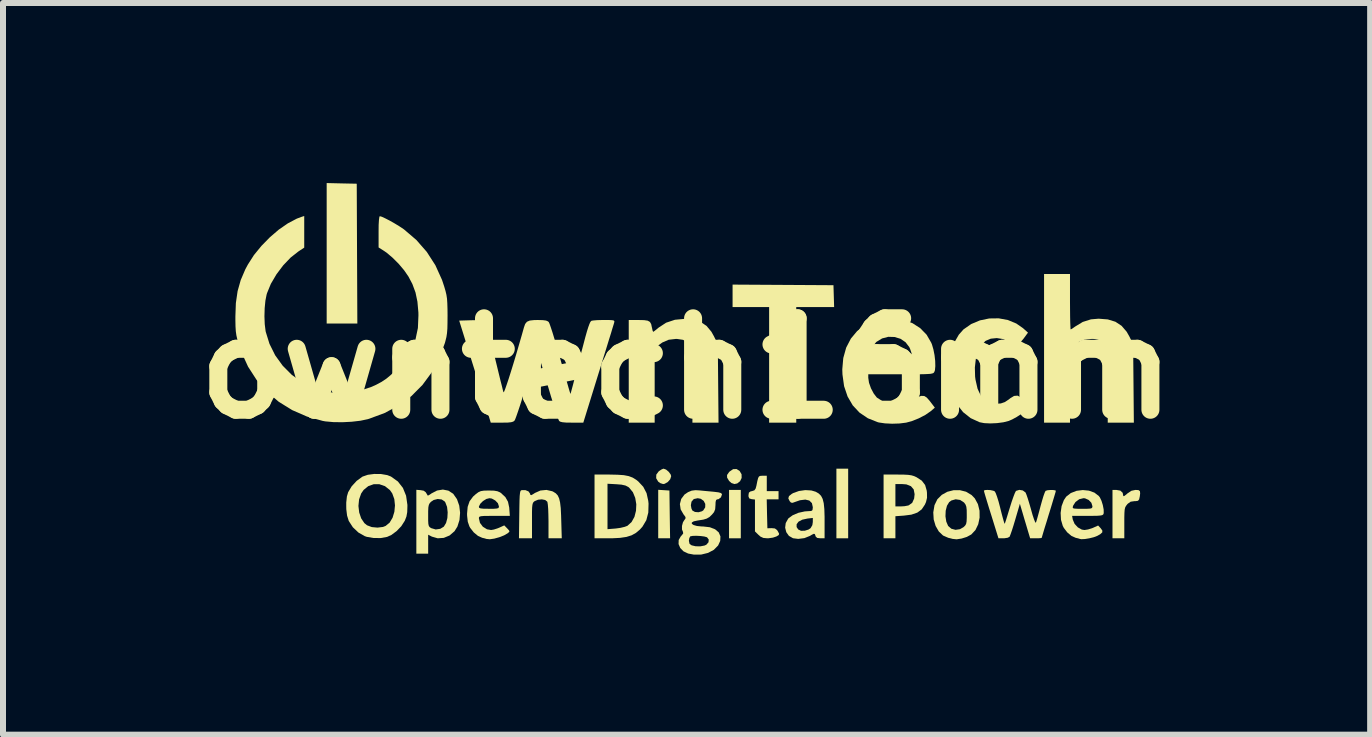
<source format=kicad_pcb>
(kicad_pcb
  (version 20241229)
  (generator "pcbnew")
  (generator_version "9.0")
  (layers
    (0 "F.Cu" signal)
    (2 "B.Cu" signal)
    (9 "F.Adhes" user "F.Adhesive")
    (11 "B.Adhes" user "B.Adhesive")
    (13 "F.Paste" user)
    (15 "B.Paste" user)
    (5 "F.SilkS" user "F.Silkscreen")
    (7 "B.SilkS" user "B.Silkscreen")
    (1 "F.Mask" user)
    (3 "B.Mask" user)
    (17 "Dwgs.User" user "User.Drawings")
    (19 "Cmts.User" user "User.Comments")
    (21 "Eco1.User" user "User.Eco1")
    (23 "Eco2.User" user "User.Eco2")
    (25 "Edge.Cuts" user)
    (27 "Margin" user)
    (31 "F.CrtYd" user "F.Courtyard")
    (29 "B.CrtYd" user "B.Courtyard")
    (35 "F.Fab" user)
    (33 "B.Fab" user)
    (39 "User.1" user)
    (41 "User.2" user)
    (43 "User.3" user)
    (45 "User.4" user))
  (footprint "owntech16mm"
    (layer "F.Cu")
    (at 8.389 3.088)
    (property "Reference" "owntech16mm" (at 0 0 0) (layer "F.SilkS") (effects (font (size 1.524 1.524) (thickness 0.3))))
    (attr board_only exclude_from_pos_files exclude_from_bom)
    (fp_poly (pts (xy 0.904 2.831) (xy 0.708 2.831) (xy 0.708 2.025) (xy 0.904 2.025)) (stroke (width 0) (type solid)) (fill yes) (layer "F.SilkS"))
    (fp_poly (pts (xy 2.693 2.831) (xy 2.497 2.831) (xy 2.497 1.671) (xy 2.693 1.671)) (stroke (width 0) (type solid)) (fill yes) (layer "F.SilkS"))
    (fp_poly (pts (xy -5.745 -3.082) (xy -5.495 -3.077) (xy -5.485 -0.747) (xy -5.996 -0.747) (xy -5.996 -3.088)) (stroke (width 0) (type solid)) (fill yes) (layer "F.SilkS"))
    (fp_poly (pts (xy -0.378 2.029) (xy -0.285 2.035) (xy -0.28 2.433) (xy -0.274 2.831) (xy -0.472 2.831) (xy -0.472 2.023)) (stroke (width 0) (type solid)) (fill yes) (layer "F.SilkS"))
    (fp_poly (pts (xy 1.607 -1.391) (xy 2.448 -1.386) (xy 2.459 -1.022) (xy 1.828 -1.022) (xy 1.828 0.904) (xy 1.376 0.904) (xy 1.376 -1.022) (xy 0.767 -1.022) (xy 0.767 -1.396)) (stroke (width 0) (type solid)) (fill yes) (layer "F.SilkS"))
    (fp_poly (pts (xy 0.885 1.71) (xy 0.917 1.765) (xy 0.918 1.826) (xy 0.892 1.88) (xy 0.845 1.917) (xy 0.798 1.927) (xy 0.748 1.91) (xy 0.709 1.875) (xy 0.676 1.82) (xy 0.675 1.776) (xy 0.708 1.729) (xy 0.717 1.719) (xy 0.776 1.679) (xy 0.834 1.677)) (stroke (width 0) (type solid)) (fill yes) (layer "F.SilkS"))
    (fp_poly (pts (xy -0.341 1.686) (xy -0.297 1.723) (xy -0.264 1.768) (xy -0.256 1.797) (xy -0.272 1.847) (xy -0.313 1.894) (xy -0.365 1.923) (xy -0.39 1.927) (xy -0.435 1.913) (xy -0.472 1.887) (xy -0.506 1.83) (xy -0.504 1.77) (xy -0.464 1.716) (xy -0.459 1.712) (xy -0.417 1.684) (xy -0.385 1.671) (xy -0.383 1.671)) (stroke (width 0) (type solid)) (fill yes) (layer "F.SilkS"))
    (fp_poly (pts (xy 7.229 2.037) (xy 7.267 2.073) (xy 7.274 2.11) (xy 7.278 2.129) (xy 7.294 2.126) (xy 7.329 2.099) (xy 7.343 2.086) (xy 7.413 2.039) (xy 7.48 2.025) (xy 7.53 2.028) (xy 7.554 2.045) (xy 7.558 2.083) (xy 7.552 2.133) (xy 7.541 2.183) (xy 7.522 2.206) (xy 7.484 2.212) (xy 7.464 2.212) (xy 7.4 2.221) (xy 7.352 2.255) (xy 7.341 2.267) (xy 7.322 2.292) (xy 7.308 2.318) (xy 7.3 2.354) (xy 7.296 2.407) (xy 7.294 2.485) (xy 7.294 2.576) (xy 7.294 2.831) (xy 7.097 2.831) (xy 7.097 2.025) (xy 7.162 2.025)) (stroke (width 0) (type solid)) (fill yes) (layer "F.SilkS"))
    (fp_poly (pts (xy 3.619 1.77) (xy 3.694 1.774) (xy 3.748 1.782) (xy 3.792 1.795) (xy 3.833 1.814) (xy 3.92 1.871) (xy 3.975 1.943) (xy 4.002 2.037) (xy 4.006 2.072) (xy 4.007 2.156) (xy 3.99 2.227) (xy 3.971 2.27) (xy 3.919 2.348) (xy 3.845 2.403) (xy 3.746 2.437) (xy 3.622 2.453) (xy 3.48 2.463) (xy 3.48 2.831) (xy 3.283 2.831) (xy 3.283 2.3) (xy 3.48 2.3) (xy 3.567 2.3) (xy 3.633 2.296) (xy 3.691 2.285) (xy 3.703 2.281) (xy 3.76 2.24) (xy 3.792 2.169) (xy 3.8 2.096) (xy 3.785 2.017) (xy 3.739 1.963) (xy 3.664 1.933) (xy 3.587 1.927) (xy 3.48 1.927) (xy 3.48 2.3) (xy 3.283 2.3) (xy 3.283 1.769) (xy 3.515 1.769)) (stroke (width 0) (type solid)) (fill yes) (layer "F.SilkS"))
    (fp_poly (pts (xy 1.268 1.789) (xy 1.337 1.789) (xy 1.337 2.045) (xy 1.533 2.045) (xy 1.533 2.182) (xy 1.336 2.182) (xy 1.341 2.423) (xy 1.347 2.664) (xy 1.418 2.662) (xy 1.472 2.667) (xy 1.506 2.692) (xy 1.522 2.715) (xy 1.542 2.754) (xy 1.537 2.776) (xy 1.503 2.797) (xy 1.496 2.801) (xy 1.439 2.82) (xy 1.368 2.83) (xy 1.346 2.831) (xy 1.28 2.825) (xy 1.232 2.803) (xy 1.198 2.773) (xy 1.14 2.716) (xy 1.14 2.185) (xy 1.086 2.179) (xy 1.047 2.168) (xy 1.033 2.138) (xy 1.032 2.114) (xy 1.039 2.07) (xy 1.066 2.05) (xy 1.09 2.045) (xy 1.13 2.032) (xy 1.151 2.003) (xy 1.164 1.956) (xy 1.18 1.876) (xy 1.193 1.827) (xy 1.207 1.801) (xy 1.228 1.791) (xy 1.259 1.789)) (stroke (width 0) (type solid)) (fill yes) (layer "F.SilkS"))
    (fp_poly (pts (xy -1.149 1.772) (xy -1.045 1.779) (xy -0.963 1.795) (xy -0.897 1.82) (xy -0.839 1.856) (xy -0.805 1.883) (xy -0.721 1.973) (xy -0.666 2.079) (xy -0.638 2.207) (xy -0.633 2.253) (xy -0.637 2.402) (xy -0.67 2.529) (xy -0.735 2.638) (xy -0.777 2.685) (xy -0.843 2.741) (xy -0.915 2.781) (xy -1.001 2.808) (xy -1.109 2.824) (xy -1.245 2.831) (xy -1.301 2.831) (xy -1.533 2.831) (xy -1.533 1.922) (xy -1.317 1.922) (xy -1.317 2.679) (xy -1.18 2.668) (xy -1.101 2.657) (xy -1.03 2.64) (xy -0.985 2.623) (xy -0.916 2.56) (xy -0.868 2.474) (xy -0.842 2.372) (xy -0.837 2.264) (xy -0.855 2.158) (xy -0.894 2.063) (xy -0.956 1.988) (xy -0.969 1.977) (xy -1.017 1.952) (xy -1.084 1.937) (xy -1.171 1.93) (xy -1.317 1.922) (xy -1.533 1.922) (xy -1.533 1.769) (xy -1.285 1.769)) (stroke (width 0) (type solid)) (fill yes) (layer "F.SilkS"))
    (fp_poly (pts (xy 6.389 -1.111) (xy 6.39 -0.981) (xy 6.391 -0.865) (xy 6.393 -0.768) (xy 6.396 -0.697) (xy 6.398 -0.656) (xy 6.4 -0.649) (xy 6.422 -0.66) (xy 6.461 -0.687) (xy 6.475 -0.697) (xy 6.602 -0.774) (xy 6.738 -0.817) (xy 6.866 -0.828) (xy 7.019 -0.816) (xy 7.146 -0.777) (xy 7.249 -0.709) (xy 7.333 -0.611) (xy 7.377 -0.534) (xy 7.441 -0.404) (xy 7.447 0.25) (xy 7.453 0.904) (xy 7.018 0.904) (xy 7.018 0.314) (xy 7.018 0.132) (xy 7.017 -0.015) (xy 7.014 -0.132) (xy 7.009 -0.222) (xy 7.001 -0.291) (xy 6.989 -0.342) (xy 6.974 -0.38) (xy 6.953 -0.409) (xy 6.928 -0.435) (xy 6.91 -0.449) (xy 6.858 -0.478) (xy 6.791 -0.49) (xy 6.75 -0.491) (xy 6.629 -0.478) (xy 6.525 -0.436) (xy 6.453 -0.385) (xy 6.389 -0.331) (xy 6.389 0.904) (xy 5.957 0.904) (xy 5.957 -1.573) (xy 6.389 -1.573)) (stroke (width 0) (type solid)) (fill yes) (layer "F.SilkS"))
    (fp_poly (pts (xy 0.114 -0.812) (xy 0.235 -0.774) (xy 0.333 -0.708) (xy 0.414 -0.611) (xy 0.457 -0.534) (xy 0.521 -0.404) (xy 0.527 0.25) (xy 0.533 0.904) (xy 0.098 0.904) (xy 0.098 0.303) (xy 0.098 0.129) (xy 0.097 -0.011) (xy 0.095 -0.12) (xy 0.093 -0.203) (xy 0.088 -0.265) (xy 0.083 -0.31) (xy 0.076 -0.342) (xy 0.066 -0.366) (xy 0.066 -0.367) (xy 0.016 -0.435) (xy -0.059 -0.476) (xy -0.161 -0.491) (xy -0.177 -0.491) (xy -0.298 -0.477) (xy -0.404 -0.431) (xy -0.467 -0.385) (xy -0.531 -0.331) (xy -0.531 0.904) (xy -0.963 0.904) (xy -0.963 -0.806) (xy -0.799 -0.806) (xy -0.707 -0.804) (xy -0.647 -0.795) (xy -0.61 -0.774) (xy -0.589 -0.737) (xy -0.577 -0.68) (xy -0.576 -0.68) (xy -0.567 -0.634) (xy -0.557 -0.61) (xy -0.556 -0.609) (xy -0.537 -0.621) (xy -0.499 -0.651) (xy -0.467 -0.678) (xy -0.341 -0.761) (xy -0.194 -0.81) (xy -0.034 -0.825)) (stroke (width 0) (type solid)) (fill yes) (layer "F.SilkS"))
    (fp_poly (pts (xy -2.238 2.047) (xy -2.221 2.055) (xy -2.178 2.082) (xy -2.146 2.117) (xy -2.123 2.166) (xy -2.107 2.234) (xy -2.096 2.327) (xy -2.09 2.452) (xy -2.088 2.521) (xy -2.079 2.831) (xy -2.3 2.831) (xy -2.3 2.545) (xy -2.302 2.438) (xy -2.305 2.344) (xy -2.311 2.271) (xy -2.318 2.227) (xy -2.321 2.22) (xy -2.355 2.193) (xy -2.411 2.182) (xy -2.474 2.188) (xy -2.531 2.212) (xy -2.532 2.213) (xy -2.549 2.227) (xy -2.56 2.244) (xy -2.568 2.273) (xy -2.573 2.319) (xy -2.575 2.389) (xy -2.575 2.489) (xy -2.575 2.537) (xy -2.575 2.831) (xy -2.792 2.831) (xy -2.787 2.433) (xy -2.785 2.298) (xy -2.783 2.197) (xy -2.78 2.126) (xy -2.775 2.078) (xy -2.769 2.049) (xy -2.76 2.035) (xy -2.748 2.029) (xy -2.746 2.028) (xy -2.683 2.029) (xy -2.633 2.05) (xy -2.609 2.084) (xy -2.601 2.108) (xy -2.586 2.112) (xy -2.556 2.095) (xy -2.525 2.075) (xy -2.435 2.035) (xy -2.334 2.025)) (stroke (width 0) (type solid)) (fill yes) (layer "F.SilkS"))
    (fp_poly (pts (xy -3.968 2.037) (xy -3.888 2.089) (xy -3.886 2.092) (xy -3.825 2.179) (xy -3.787 2.287) (xy -3.773 2.406) (xy -3.783 2.526) (xy -3.818 2.636) (xy -3.866 2.713) (xy -3.948 2.784) (xy -4.045 2.824) (xy -4.146 2.831) (xy -4.244 2.803) (xy -4.247 2.801) (xy -4.305 2.771) (xy -4.305 3.087) (xy -4.502 3.087) (xy -4.502 2.45) (xy -4.305 2.45) (xy -4.305 2.536) (xy -4.302 2.591) (xy -4.294 2.625) (xy -4.28 2.645) (xy -4.256 2.661) (xy -4.251 2.663) (xy -4.179 2.684) (xy -4.103 2.673) (xy -4.044 2.637) (xy -4.007 2.576) (xy -3.985 2.493) (xy -3.98 2.399) (xy -3.99 2.309) (xy -4.018 2.235) (xy -4.03 2.217) (xy -4.08 2.184) (xy -4.146 2.176) (xy -4.214 2.193) (xy -4.258 2.223) (xy -4.28 2.247) (xy -4.294 2.275) (xy -4.302 2.316) (xy -4.305 2.38) (xy -4.305 2.45) (xy -4.502 2.45) (xy -4.502 2.023) (xy -4.43 2.029) (xy -4.38 2.038) (xy -4.346 2.063) (xy -4.315 2.114) (xy -4.312 2.12) (xy -4.296 2.114) (xy -4.26 2.091) (xy -4.251 2.084) (xy -4.157 2.035) (xy -4.06 2.019)) (stroke (width 0) (type solid)) (fill yes) (layer "F.SilkS"))
    (fp_poly (pts (xy 4.657 2.055) (xy 4.749 2.11) (xy 4.803 2.166) (xy 4.855 2.262) (xy 4.882 2.372) (xy 4.883 2.487) (xy 4.86 2.597) (xy 4.814 2.693) (xy 4.746 2.766) (xy 4.743 2.768) (xy 4.67 2.808) (xy 4.584 2.835) (xy 4.5 2.848) (xy 4.434 2.841) (xy 4.433 2.841) (xy 4.4 2.832) (xy 4.361 2.823) (xy 4.274 2.785) (xy 4.203 2.717) (xy 4.15 2.625) (xy 4.118 2.517) (xy 4.115 2.465) (xy 4.314 2.465) (xy 4.328 2.554) (xy 4.359 2.626) (xy 4.413 2.672) (xy 4.482 2.69) (xy 4.556 2.679) (xy 4.614 2.646) (xy 4.642 2.619) (xy 4.658 2.592) (xy 4.666 2.552) (xy 4.669 2.489) (xy 4.669 2.441) (xy 4.668 2.359) (xy 4.662 2.306) (xy 4.649 2.27) (xy 4.627 2.239) (xy 4.621 2.233) (xy 4.558 2.192) (xy 4.484 2.181) (xy 4.413 2.201) (xy 4.376 2.228) (xy 4.339 2.289) (xy 4.318 2.372) (xy 4.314 2.465) (xy 4.115 2.465) (xy 4.111 2.4) (xy 4.131 2.281) (xy 4.132 2.278) (xy 4.179 2.181) (xy 4.253 2.107) (xy 4.345 2.056) (xy 4.448 2.03) (xy 4.554 2.029)) (stroke (width 0) (type solid)) (fill yes) (layer "F.SilkS"))
    (fp_poly (pts (xy -5.091 1.76) (xy -4.987 1.778) (xy -4.925 1.802) (xy -4.81 1.884) (xy -4.726 1.991) (xy -4.673 2.121) (xy -4.651 2.274) (xy -4.651 2.3) (xy -4.654 2.395) (xy -4.667 2.468) (xy -4.693 2.535) (xy -4.696 2.541) (xy -4.753 2.63) (xy -4.832 2.712) (xy -4.919 2.776) (xy -4.99 2.808) (xy -5.098 2.827) (xy -5.216 2.826) (xy -5.327 2.807) (xy -5.362 2.795) (xy -5.467 2.735) (xy -5.56 2.647) (xy -5.628 2.542) (xy -5.63 2.536) (xy -5.656 2.453) (xy -5.669 2.347) (xy -5.67 2.292) (xy -5.467 2.292) (xy -5.454 2.401) (xy -5.421 2.499) (xy -5.368 2.578) (xy -5.324 2.614) (xy -5.245 2.644) (xy -5.15 2.653) (xy -5.058 2.642) (xy -5.014 2.625) (xy -4.947 2.57) (xy -4.898 2.488) (xy -4.868 2.389) (xy -4.858 2.283) (xy -4.869 2.178) (xy -4.903 2.084) (xy -4.942 2.028) (xy -5.025 1.962) (xy -5.118 1.93) (xy -5.213 1.93) (xy -5.303 1.962) (xy -5.38 2.025) (xy -5.421 2.084) (xy -5.456 2.183) (xy -5.467 2.292) (xy -5.67 2.292) (xy -5.67 2.236) (xy -5.659 2.133) (xy -5.638 2.063) (xy -5.579 1.964) (xy -5.496 1.874) (xy -5.403 1.806) (xy -5.398 1.803) (xy -5.311 1.773) (xy -5.204 1.759)) (stroke (width 0) (type solid)) (fill yes) (layer "F.SilkS"))
    (fp_poly (pts (xy 5.354 -0.806) (xy 5.494 -0.748) (xy 5.605 -0.671) (xy 5.689 -0.596) (xy 5.615 -0.495) (xy 5.559 -0.429) (xy 5.509 -0.398) (xy 5.454 -0.399) (xy 5.386 -0.432) (xy 5.363 -0.447) (xy 5.272 -0.489) (xy 5.169 -0.505) (xy 5.069 -0.495) (xy 4.984 -0.459) (xy 4.978 -0.455) (xy 4.909 -0.384) (xy 4.856 -0.282) (xy 4.82 -0.157) (xy 4.804 -0.015) (xy 4.808 0.138) (xy 4.815 0.19) (xy 4.849 0.339) (xy 4.902 0.453) (xy 4.974 0.533) (xy 5.065 0.578) (xy 5.155 0.59) (xy 5.237 0.584) (xy 5.304 0.561) (xy 5.373 0.515) (xy 5.393 0.498) (xy 5.457 0.459) (xy 5.516 0.454) (xy 5.574 0.487) (xy 5.626 0.544) (xy 5.666 0.599) (xy 5.682 0.635) (xy 5.68 0.662) (xy 5.675 0.673) (xy 5.638 0.712) (xy 5.577 0.76) (xy 5.502 0.809) (xy 5.425 0.851) (xy 5.367 0.876) (xy 5.279 0.898) (xy 5.173 0.912) (xy 5.061 0.917) (xy 4.959 0.912) (xy 4.882 0.897) (xy 4.734 0.829) (xy 4.609 0.73) (xy 4.508 0.603) (xy 4.433 0.449) (xy 4.385 0.271) (xy 4.365 0.071) (xy 4.364 0.033) (xy 4.377 -0.133) (xy 4.411 -0.293) (xy 4.466 -0.439) (xy 4.537 -0.562) (xy 4.614 -0.649) (xy 4.743 -0.739) (xy 4.889 -0.8) (xy 5.044 -0.832) (xy 5.201 -0.834)) (stroke (width 0) (type solid)) (fill yes) (layer "F.SilkS"))
    (fp_poly (pts (xy 2.08 2.034) (xy 2.151 2.055) (xy 2.203 2.085) (xy 2.241 2.123) (xy 2.268 2.175) (xy 2.286 2.247) (xy 2.296 2.344) (xy 2.3 2.472) (xy 2.3 2.535) (xy 2.3 2.831) (xy 2.23 2.831) (xy 2.178 2.825) (xy 2.153 2.804) (xy 2.149 2.792) (xy 2.139 2.763) (xy 2.123 2.755) (xy 2.091 2.77) (xy 2.056 2.791) (xy 1.964 2.828) (xy 1.861 2.841) (xy 1.774 2.83) (xy 1.706 2.791) (xy 1.662 2.729) (xy 1.643 2.654) (xy 1.65 2.597) (xy 1.834 2.597) (xy 1.834 2.644) (xy 1.861 2.684) (xy 1.907 2.706) (xy 1.97 2.705) (xy 2.033 2.685) (xy 2.067 2.662) (xy 2.096 2.612) (xy 2.104 2.56) (xy 2.104 2.492) (xy 2.015 2.502) (xy 1.928 2.521) (xy 1.866 2.554) (xy 1.834 2.597) (xy 1.65 2.597) (xy 1.653 2.576) (xy 1.693 2.505) (xy 1.7 2.497) (xy 1.77 2.446) (xy 1.865 2.406) (xy 1.97 2.383) (xy 2.028 2.379) (xy 2.077 2.376) (xy 2.098 2.362) (xy 2.103 2.326) (xy 2.104 2.313) (xy 2.089 2.245) (xy 2.046 2.202) (xy 1.979 2.186) (xy 1.89 2.197) (xy 1.812 2.224) (xy 1.767 2.24) (xy 1.74 2.236) (xy 1.718 2.212) (xy 1.696 2.166) (xy 1.707 2.128) (xy 1.753 2.091) (xy 1.778 2.077) (xy 1.873 2.043) (xy 1.979 2.028)) (stroke (width 0) (type solid)) (fill yes) (layer "F.SilkS"))
    (fp_poly (pts (xy 6.704 2.037) (xy 6.796 2.07) (xy 6.869 2.126) (xy 6.887 2.15) (xy 6.914 2.207) (xy 6.936 2.278) (xy 6.95 2.351) (xy 6.951 2.408) (xy 6.949 2.42) (xy 6.941 2.436) (xy 6.924 2.446) (xy 6.892 2.452) (xy 6.838 2.456) (xy 6.755 2.457) (xy 6.68 2.457) (xy 6.424 2.457) (xy 6.436 2.521) (xy 6.466 2.591) (xy 6.52 2.649) (xy 6.586 2.686) (xy 6.63 2.693) (xy 6.689 2.684) (xy 6.757 2.663) (xy 6.776 2.655) (xy 6.858 2.618) (xy 6.901 2.664) (xy 6.928 2.702) (xy 6.927 2.732) (xy 6.893 2.763) (xy 6.843 2.791) (xy 6.785 2.813) (xy 6.712 2.831) (xy 6.639 2.843) (xy 6.58 2.846) (xy 6.556 2.842) (xy 6.524 2.832) (xy 6.484 2.823) (xy 6.413 2.791) (xy 6.343 2.732) (xy 6.286 2.657) (xy 6.269 2.625) (xy 6.239 2.523) (xy 6.233 2.408) (xy 6.246 2.317) (xy 6.434 2.317) (xy 6.441 2.33) (xy 6.465 2.336) (xy 6.515 2.339) (xy 6.594 2.339) (xy 6.676 2.339) (xy 6.726 2.336) (xy 6.752 2.328) (xy 6.761 2.314) (xy 6.763 2.297) (xy 6.745 2.239) (xy 6.7 2.192) (xy 6.639 2.165) (xy 6.613 2.163) (xy 6.543 2.18) (xy 6.481 2.226) (xy 6.441 2.288) (xy 6.439 2.295) (xy 6.434 2.317) (xy 6.246 2.317) (xy 6.249 2.295) (xy 6.287 2.195) (xy 6.326 2.137) (xy 6.403 2.077) (xy 6.498 2.04) (xy 6.602 2.027)) (stroke (width 0) (type solid)) (fill yes) (layer "F.SilkS"))
    (fp_poly (pts (xy -3.208 2.037) (xy -3.151 2.047) (xy -3.109 2.065) (xy -3.094 2.075) (xy -3.019 2.144) (xy -2.975 2.222) (xy -2.954 2.321) (xy -2.953 2.339) (xy -2.944 2.457) (xy -3.202 2.457) (xy -3.307 2.458) (xy -3.379 2.459) (xy -3.424 2.463) (xy -3.448 2.47) (xy -3.458 2.482) (xy -3.46 2.496) (xy -3.442 2.574) (xy -3.394 2.638) (xy -3.325 2.681) (xy -3.257 2.693) (xy -3.21 2.685) (xy -3.148 2.665) (xy -3.123 2.655) (xy -3.037 2.616) (xy -2.988 2.666) (xy -2.957 2.7) (xy -2.951 2.72) (xy -2.971 2.74) (xy -2.978 2.746) (xy -3.04 2.782) (xy -3.119 2.813) (xy -3.202 2.836) (xy -3.277 2.847) (xy -3.331 2.842) (xy -3.332 2.842) (xy -3.365 2.832) (xy -3.404 2.823) (xy -3.475 2.791) (xy -3.545 2.733) (xy -3.604 2.658) (xy -3.618 2.633) (xy -3.645 2.555) (xy -3.656 2.456) (xy -3.657 2.424) (xy -3.647 2.308) (xy -3.46 2.308) (xy -3.454 2.324) (xy -3.431 2.333) (xy -3.383 2.338) (xy -3.305 2.339) (xy -3.293 2.339) (xy -3.212 2.339) (xy -3.162 2.335) (xy -3.136 2.328) (xy -3.127 2.313) (xy -3.126 2.299) (xy -3.143 2.247) (xy -3.187 2.201) (xy -3.244 2.169) (xy -3.284 2.163) (xy -3.337 2.176) (xy -3.392 2.211) (xy -3.437 2.256) (xy -3.459 2.301) (xy -3.46 2.308) (xy -3.647 2.308) (xy -3.647 2.307) (xy -3.615 2.214) (xy -3.557 2.136) (xy -3.51 2.094) (xy -3.468 2.063) (xy -3.428 2.045) (xy -3.378 2.037) (xy -3.304 2.035) (xy -3.293 2.035)) (stroke (width 0) (type solid)) (fill yes) (layer "F.SilkS"))
    (fp_poly (pts (xy 3.616 -0.808) (xy 3.765 -0.753) (xy 3.894 -0.67) (xy 4 -0.561) (xy 4.077 -0.428) (xy 4.089 -0.399) (xy 4.113 -0.317) (xy 4.132 -0.221) (xy 4.143 -0.125) (xy 4.145 -0.037) (xy 4.139 0.03) (xy 4.13 0.055) (xy 4.123 0.068) (xy 4.112 0.078) (xy 4.093 0.085) (xy 4.062 0.091) (xy 4.015 0.094) (xy 3.946 0.097) (xy 3.851 0.098) (xy 3.726 0.098) (xy 3.567 0.098) (xy 3.028 0.098) (xy 3.028 0.157) (xy 3.04 0.239) (xy 3.073 0.332) (xy 3.119 0.419) (xy 3.17 0.485) (xy 3.174 0.488) (xy 3.278 0.554) (xy 3.399 0.586) (xy 3.533 0.585) (xy 3.678 0.55) (xy 3.762 0.515) (xy 3.85 0.476) (xy 3.913 0.458) (xy 3.961 0.46) (xy 4.001 0.485) (xy 4.045 0.534) (xy 4.06 0.553) (xy 4.137 0.654) (xy 4.069 0.713) (xy 3.981 0.774) (xy 3.87 0.832) (xy 3.753 0.879) (xy 3.659 0.904) (xy 3.548 0.918) (xy 3.425 0.922) (xy 3.305 0.916) (xy 3.203 0.901) (xy 3.185 0.896) (xy 3.021 0.831) (xy 2.882 0.737) (xy 2.769 0.616) (xy 2.683 0.468) (xy 2.625 0.296) (xy 2.598 0.101) (xy 2.595 0.017) (xy 2.61 -0.157) (xy 3.027 -0.157) (xy 3.755 -0.157) (xy 3.755 -0.212) (xy 3.746 -0.263) (xy 3.724 -0.327) (xy 3.711 -0.355) (xy 3.649 -0.436) (xy 3.565 -0.493) (xy 3.466 -0.523) (xy 3.361 -0.526) (xy 3.258 -0.499) (xy 3.166 -0.443) (xy 3.159 -0.437) (xy 3.117 -0.385) (xy 3.076 -0.311) (xy 3.046 -0.232) (xy 3.04 -0.211) (xy 3.027 -0.157) (xy 2.61 -0.157) (xy 2.612 -0.174) (xy 2.66 -0.346) (xy 2.738 -0.496) (xy 2.843 -0.622) (xy 2.975 -0.721) (xy 3.129 -0.791) (xy 3.279 -0.825) (xy 3.453 -0.833)) (stroke (width 0) (type solid)) (fill yes) (layer "F.SilkS"))
    (fp_poly (pts (xy 5.603 2.034) (xy 5.646 2.066) (xy 5.649 2.069) (xy 5.664 2.105) (xy 5.686 2.169) (xy 5.712 2.254) (xy 5.74 2.35) (xy 5.741 2.355) (xy 5.766 2.444) (xy 5.789 2.513) (xy 5.807 2.558) (xy 5.819 2.573) (xy 5.82 2.572) (xy 5.83 2.544) (xy 5.847 2.486) (xy 5.869 2.406) (xy 5.894 2.312) (xy 5.897 2.3) (xy 5.923 2.207) (xy 5.947 2.127) (xy 5.968 2.069) (xy 5.982 2.041) (xy 5.984 2.04) (xy 6.016 2.03) (xy 6.064 2.026) (xy 6.112 2.027) (xy 6.146 2.033) (xy 6.153 2.04) (xy 6.148 2.063) (xy 6.132 2.117) (xy 6.108 2.197) (xy 6.078 2.297) (xy 6.043 2.411) (xy 6.035 2.436) (xy 6 2.552) (xy 5.968 2.654) (xy 5.943 2.737) (xy 5.926 2.795) (xy 5.918 2.822) (xy 5.917 2.824) (xy 5.9 2.828) (xy 5.855 2.831) (xy 5.821 2.831) (xy 5.725 2.831) (xy 5.685 2.698) (xy 5.659 2.61) (xy 5.628 2.507) (xy 5.6 2.411) (xy 5.554 2.256) (xy 5.477 2.519) (xy 5.448 2.616) (xy 5.421 2.701) (xy 5.398 2.766) (xy 5.384 2.802) (xy 5.381 2.806) (xy 5.351 2.822) (xy 5.298 2.83) (xy 5.28 2.831) (xy 5.197 2.831) (xy 5.076 2.441) (xy 5.039 2.324) (xy 5.007 2.219) (xy 4.981 2.133) (xy 4.963 2.072) (xy 4.955 2.04) (xy 4.954 2.038) (xy 4.971 2.028) (xy 5.012 2.025) (xy 5.063 2.028) (xy 5.11 2.038) (xy 5.135 2.049) (xy 5.151 2.077) (xy 5.173 2.136) (xy 5.199 2.219) (xy 5.225 2.318) (xy 5.229 2.335) (xy 5.253 2.43) (xy 5.274 2.508) (xy 5.29 2.563) (xy 5.299 2.588) (xy 5.301 2.589) (xy 5.309 2.569) (xy 5.326 2.518) (xy 5.349 2.443) (xy 5.377 2.351) (xy 5.387 2.319) (xy 5.417 2.223) (xy 5.446 2.14) (xy 5.47 2.078) (xy 5.487 2.045) (xy 5.49 2.041) (xy 5.545 2.024)) (stroke (width 0) (type solid)) (fill yes) (layer "F.SilkS"))
    (fp_poly (pts (xy 0.214 2.033) (xy 0.296 2.041) (xy 0.392 2.05) (xy 0.457 2.056) (xy 0.53 2.065) (xy 0.571 2.076) (xy 0.588 2.091) (xy 0.59 2.102) (xy 0.573 2.149) (xy 0.533 2.179) (xy 0.512 2.182) (xy 0.493 2.192) (xy 0.484 2.226) (xy 0.482 2.279) (xy 0.477 2.347) (xy 0.458 2.395) (xy 0.424 2.436) (xy 0.381 2.477) (xy 0.336 2.503) (xy 0.279 2.52) (xy 0.196 2.533) (xy 0.189 2.534) (xy 0.121 2.548) (xy 0.088 2.568) (xy 0.088 2.59) (xy 0.118 2.61) (xy 0.174 2.626) (xy 0.255 2.634) (xy 0.277 2.634) (xy 0.389 2.647) (xy 0.476 2.681) (xy 0.536 2.732) (xy 0.565 2.799) (xy 0.561 2.875) (xy 0.526 2.951) (xy 0.455 3.023) (xy 0.359 3.074) (xy 0.245 3.102) (xy 0.123 3.103) (xy 0.027 3.085) (xy -0.051 3.048) (xy -0.105 2.992) (xy -0.133 2.927) (xy -0.131 2.872) (xy 0.039 2.872) (xy 0.05 2.923) (xy 0.084 2.948) (xy 0.152 2.964) (xy 0.23 2.965) (xy 0.299 2.952) (xy 0.33 2.938) (xy 0.366 2.897) (xy 0.37 2.852) (xy 0.343 2.816) (xy 0.338 2.813) (xy 0.296 2.801) (xy 0.234 2.793) (xy 0.164 2.789) (xy 0.103 2.791) (xy 0.064 2.798) (xy 0.062 2.799) (xy 0.046 2.828) (xy 0.039 2.872) (xy -0.131 2.872) (xy -0.131 2.86) (xy -0.096 2.799) (xy -0.088 2.791) (xy -0.056 2.751) (xy -0.059 2.725) (xy -0.076 2.684) (xy -0.076 2.625) (xy -0.06 2.565) (xy -0.041 2.534) (xy -0.018 2.502) (xy -0.017 2.478) (xy -0.04 2.445) (xy -0.05 2.433) (xy -0.098 2.349) (xy -0.108 2.28) (xy 0.072 2.28) (xy 0.081 2.333) (xy 0.097 2.368) (xy 0.14 2.392) (xy 0.199 2.397) (xy 0.256 2.381) (xy 0.279 2.366) (xy 0.311 2.315) (xy 0.312 2.259) (xy 0.286 2.208) (xy 0.238 2.173) (xy 0.186 2.163) (xy 0.121 2.177) (xy 0.083 2.22) (xy 0.072 2.28) (xy -0.108 2.28) (xy -0.111 2.261) (xy -0.089 2.176) (xy -0.035 2.103) (xy 0.025 2.062) (xy 0.086 2.037) (xy 0.149 2.029)) (stroke (width 0) (type solid)) (fill yes) (layer "F.SilkS"))
    (fp_poly (pts (xy -6.37 -2.012) (xy -6.466 -1.949) (xy -6.596 -1.847) (xy -6.721 -1.716) (xy -6.833 -1.567) (xy -6.926 -1.409) (xy -6.99 -1.253) (xy -6.997 -1.229) (xy -7.017 -1.128) (xy -7.029 -1.003) (xy -7.033 -0.868) (xy -7.028 -0.737) (xy -7.014 -0.624) (xy -7.011 -0.609) (xy -6.949 -0.409) (xy -6.854 -0.218) (xy -6.729 -0.045) (xy -6.579 0.106) (xy -6.409 0.229) (xy -6.33 0.272) (xy -6.116 0.357) (xy -5.899 0.404) (xy -5.681 0.411) (xy -5.463 0.379) (xy -5.247 0.307) (xy -5.17 0.272) (xy -5.082 0.225) (xy -5.005 0.174) (xy -4.929 0.111) (xy -4.84 0.026) (xy -4.836 0.021) (xy -4.693 -0.141) (xy -4.588 -0.307) (xy -4.516 -0.482) (xy -4.476 -0.673) (xy -4.467 -0.886) (xy -4.468 -0.934) (xy -4.484 -1.112) (xy -4.516 -1.265) (xy -4.568 -1.406) (xy -4.634 -1.531) (xy -4.705 -1.634) (xy -4.796 -1.742) (xy -4.897 -1.843) (xy -4.996 -1.927) (xy -5.041 -1.958) (xy -5.131 -2.015) (xy -5.131 -2.276) (xy -5.13 -2.39) (xy -5.125 -2.474) (xy -5.118 -2.523) (xy -5.111 -2.536) (xy -5.076 -2.526) (xy -5.018 -2.499) (xy -4.944 -2.461) (xy -4.863 -2.415) (xy -4.784 -2.367) (xy -4.717 -2.322) (xy -4.708 -2.316) (xy -4.502 -2.14) (xy -4.328 -1.941) (xy -4.185 -1.719) (xy -4.074 -1.474) (xy -4.037 -1.362) (xy -4.016 -1.29) (xy -4.001 -1.227) (xy -3.991 -1.162) (xy -3.986 -1.086) (xy -3.983 -0.988) (xy -3.982 -0.885) (xy -3.983 -0.759) (xy -3.985 -0.663) (xy -3.991 -0.588) (xy -4.001 -0.522) (xy -4.017 -0.458) (xy -4.025 -0.427) (xy -4.12 -0.169) (xy -4.245 0.066) (xy -4.4 0.276) (xy -4.583 0.46) (xy -4.794 0.616) (xy -5.029 0.743) (xy -5.288 0.839) (xy -5.311 0.846) (xy -5.433 0.872) (xy -5.579 0.889) (xy -5.734 0.897) (xy -5.885 0.895) (xy -6.018 0.883) (xy -6.062 0.875) (xy -6.328 0.801) (xy -6.573 0.694) (xy -6.795 0.556) (xy -6.992 0.388) (xy -7.163 0.193) (xy -7.306 -0.029) (xy -7.419 -0.276) (xy -7.464 -0.407) (xy -7.485 -0.483) (xy -7.5 -0.549) (xy -7.51 -0.618) (xy -7.515 -0.699) (xy -7.517 -0.804) (xy -7.517 -0.865) (xy -7.509 -1.089) (xy -7.48 -1.288) (xy -7.428 -1.472) (xy -7.351 -1.652) (xy -7.309 -1.73) (xy -7.208 -1.888) (xy -7.083 -2.041) (xy -6.943 -2.184) (xy -6.794 -2.312) (xy -6.642 -2.417) (xy -6.494 -2.495) (xy -6.414 -2.525) (xy -6.37 -2.539)) (stroke (width 0) (type solid)) (fill yes) (layer "F.SilkS"))
    (fp_poly (pts (xy -1.288 -0.806) (xy -1.237 -0.803) (xy -1.211 -0.797) (xy -1.202 -0.785) (xy -1.205 -0.765) (xy -1.206 -0.762) (xy -1.214 -0.734) (xy -1.233 -0.673) (xy -1.26 -0.582) (xy -1.296 -0.467) (xy -1.338 -0.33) (xy -1.386 -0.176) (xy -1.437 -0.009) (xy -1.469 0.093) (xy -1.72 0.904) (xy -1.909 0.904) (xy -2.005 0.903) (xy -2.069 0.897) (xy -2.107 0.887) (xy -2.123 0.875) (xy -2.135 0.849) (xy -2.156 0.791) (xy -2.184 0.704) (xy -2.219 0.594) (xy -2.259 0.466) (xy -2.301 0.324) (xy -2.32 0.261) (xy -2.493 -0.324) (xy -2.516 -0.236) (xy -2.543 -0.139) (xy -2.576 -0.024) (xy -2.613 0.102) (xy -2.654 0.235) (xy -2.695 0.369) (xy -2.736 0.497) (xy -2.774 0.616) (xy -2.808 0.718) (xy -2.836 0.798) (xy -2.856 0.851) (xy -2.866 0.87) (xy -2.888 0.887) (xy -2.923 0.897) (xy -2.98 0.903) (xy -3.067 0.904) (xy -3.079 0.904) (xy -3.262 0.904) (xy -3.302 0.772) (xy -3.317 0.723) (xy -3.342 0.641) (xy -3.375 0.532) (xy -3.416 0.402) (xy -3.462 0.254) (xy -3.511 0.094) (xy -3.563 -0.073) (xy -3.565 -0.079) (xy -3.788 -0.796) (xy -3.591 -0.802) (xy -3.498 -0.804) (xy -3.436 -0.802) (xy -3.396 -0.795) (xy -3.371 -0.782) (xy -3.36 -0.772) (xy -3.345 -0.742) (xy -3.323 -0.676) (xy -3.295 -0.578) (xy -3.26 -0.45) (xy -3.221 -0.295) (xy -3.195 -0.187) (xy -3.16 -0.044) (xy -3.128 0.088) (xy -3.1 0.203) (xy -3.076 0.296) (xy -3.06 0.363) (xy -3.05 0.397) (xy -3.049 0.399) (xy -3.041 0.39) (xy -3.023 0.347) (xy -2.998 0.275) (xy -2.965 0.177) (xy -2.927 0.057) (xy -2.885 -0.079) (xy -2.84 -0.228) (xy -2.794 -0.386) (xy -2.747 -0.548) (xy -2.709 -0.683) (xy -2.689 -0.74) (xy -2.659 -0.777) (xy -2.612 -0.797) (xy -2.539 -0.805) (xy -2.479 -0.806) (xy -2.395 -0.804) (xy -2.341 -0.797) (xy -2.309 -0.783) (xy -2.296 -0.772) (xy -2.283 -0.745) (xy -2.262 -0.685) (xy -2.233 -0.597) (xy -2.199 -0.485) (xy -2.16 -0.356) (xy -2.119 -0.214) (xy -2.102 -0.153) (xy -2.061 -0.009) (xy -2.024 0.122) (xy -1.991 0.235) (xy -1.965 0.326) (xy -1.946 0.39) (xy -1.935 0.423) (xy -1.934 0.426) (xy -1.928 0.407) (xy -1.914 0.355) (xy -1.892 0.274) (xy -1.866 0.172) (xy -1.835 0.052) (xy -1.809 -0.049) (xy -1.761 -0.238) (xy -1.72 -0.393) (xy -1.688 -0.515) (xy -1.661 -0.611) (xy -1.639 -0.682) (xy -1.621 -0.732) (xy -1.607 -0.765) (xy -1.594 -0.785) (xy -1.582 -0.794) (xy -1.581 -0.794) (xy -1.548 -0.799) (xy -1.487 -0.804) (xy -1.408 -0.806) (xy -1.372 -0.806)) (stroke (width 0) (type solid)) (fill yes) (layer "F.SilkS")))
  (gr_rect
    (start -3 -3)
    (end 19.779 9.191)
    (stroke (width 0.1) (type default))
    (fill no)
    (layer "Edge.Cuts")))
</source>
